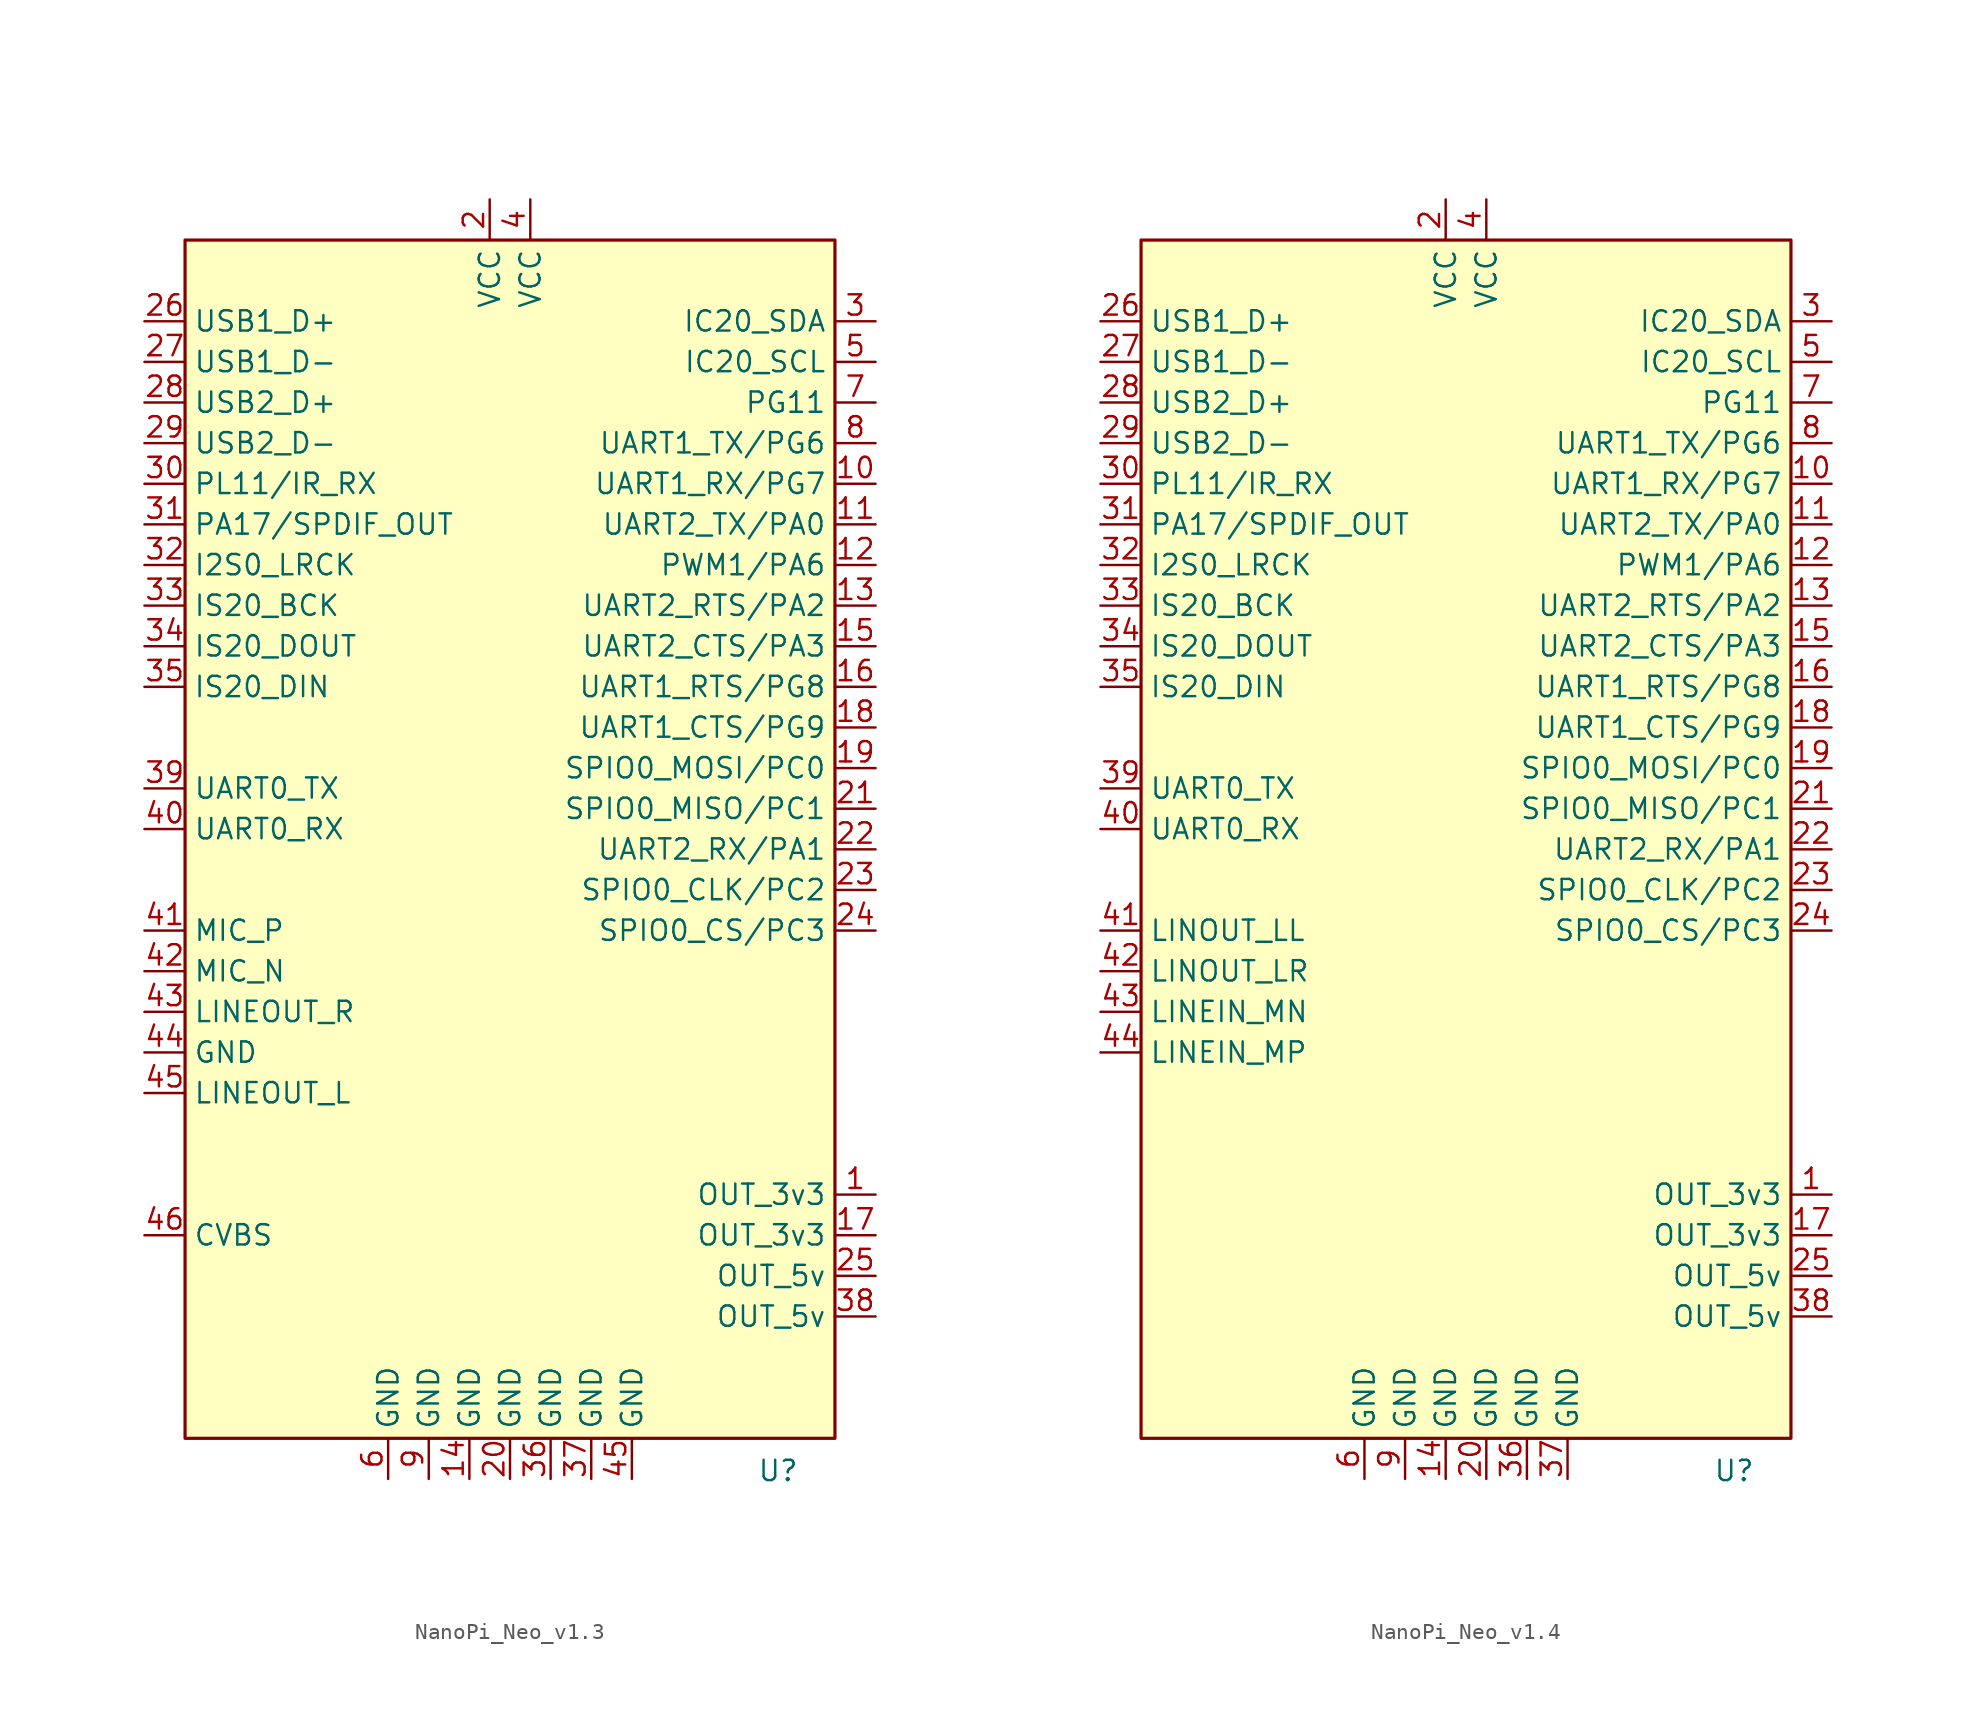
<source format=kicad_sym>
(kicad_symbol_lib
  (version 20231120)
  (generator "kicad_symbol_editor")
  (generator_version "8.0")
  (symbol "NanoPi_Neo_v1.3"
    (property "Reference" "U"
      (at 16.764 -38.862 0)
      (effects (font (size 1.27 1.27))))
    (property "Value" ""
      (at 0 -15.24 0)
      (effects (font (size 1.27 1.27))))
    (symbol "NanoPi_Neo_v1.3_1_1"
      (rectangle (start -20.32 38.1) (end 20.32 -36.83) (stroke (width 0.2) (type default)) (fill (type background)))
      (pin unspecified line (at 22.86 -21.59 180) (length 2.54) (name "OUT_3v3" (effects (font (size 1.27 1.27)))) (number "1" (effects (font (size 1.27 1.27)))))
      (pin unspecified line (at 22.86 22.86 180) (length 2.54) (name "UART1_RX/PG7" (effects (font (size 1.27 1.27)))) (number "10" (effects (font (size 1.27 1.27)))))
      (pin unspecified line (at 22.86 20.32 180) (length 2.54) (name "UART2_TX/PA0" (effects (font (size 1.27 1.27)))) (number "11" (effects (font (size 1.27 1.27)))))
      (pin unspecified line (at 22.86 17.78 180) (length 2.54) (name "PWM1/PA6" (effects (font (size 1.27 1.27)))) (number "12" (effects (font (size 1.27 1.27)))))
      (pin unspecified line (at 22.86 15.24 180) (length 2.54) (name "UART2_RTS/PA2" (effects (font (size 1.27 1.27)))) (number "13" (effects (font (size 1.27 1.27)))))
      (pin unspecified line (at -2.54 -39.37 90) (length 2.54) (name "GND" (effects (font (size 1.27 1.27)))) (number "14" (effects (font (size 1.27 1.27)))))
      (pin unspecified line (at 22.86 12.7 180) (length 2.54) (name "UART2_CTS/PA3" (effects (font (size 1.27 1.27)))) (number "15" (effects (font (size 1.27 1.27)))))
      (pin unspecified line (at 22.86 10.16 180) (length 2.54) (name "UART1_RTS/PG8" (effects (font (size 1.27 1.27)))) (number "16" (effects (font (size 1.27 1.27)))))
      (pin unspecified line (at 22.86 -24.13 180) (length 2.54) (name "OUT_3v3" (effects (font (size 1.27 1.27)))) (number "17" (effects (font (size 1.27 1.27)))))
      (pin unspecified line (at 22.86 7.62 180) (length 2.54) (name "UART1_CTS/PG9" (effects (font (size 1.27 1.27)))) (number "18" (effects (font (size 1.27 1.27)))))
      (pin unspecified line (at 22.86 5.08 180) (length 2.54) (name "SPIO0_MOSI/PC0" (effects (font (size 1.27 1.27)))) (number "19" (effects (font (size 1.27 1.27)))))
      (pin unspecified line (at -1.27 40.64 270) (length 2.54) (name "VCC" (effects (font (size 1.27 1.27)))) (number "2" (effects (font (size 1.27 1.27)))))
      (pin unspecified line (at 0 -39.37 90) (length 2.54) (name "GND" (effects (font (size 1.27 1.27)))) (number "20" (effects (font (size 1.27 1.27)))))
      (pin unspecified line (at 22.86 2.54 180) (length 2.54) (name "SPIO0_MISO/PC1" (effects (font (size 1.27 1.27)))) (number "21" (effects (font (size 1.27 1.27)))))
      (pin unspecified line (at 22.86 0 180) (length 2.54) (name "UART2_RX/PA1" (effects (font (size 1.27 1.27)))) (number "22" (effects (font (size 1.27 1.27)))))
      (pin unspecified line (at 22.86 -2.54 180) (length 2.54) (name "SPIO0_CLK/PC2" (effects (font (size 1.27 1.27)))) (number "23" (effects (font (size 1.27 1.27)))))
      (pin unspecified line (at 22.86 -5.08 180) (length 2.54) (name "SPIO0_CS/PC3" (effects (font (size 1.27 1.27)))) (number "24" (effects (font (size 1.27 1.27)))))
      (pin unspecified line (at 22.86 -26.67 180) (length 2.54) (name "OUT_5v" (effects (font (size 1.27 1.27)))) (number "25" (effects (font (size 1.27 1.27)))))
      (pin unspecified line (at -22.86 33.02 0) (length 2.54) (name "USB1_D+" (effects (font (size 1.27 1.27)))) (number "26" (effects (font (size 1.27 1.27)))))
      (pin unspecified line (at -22.86 30.48 0) (length 2.54) (name "USB1_D-" (effects (font (size 1.27 1.27)))) (number "27" (effects (font (size 1.27 1.27)))))
      (pin unspecified line (at -22.86 27.94 0) (length 2.54) (name "USB2_D+" (effects (font (size 1.27 1.27)))) (number "28" (effects (font (size 1.27 1.27)))))
      (pin unspecified line (at -22.86 25.4 0) (length 2.54) (name "USB2_D-" (effects (font (size 1.27 1.27)))) (number "29" (effects (font (size 1.27 1.27)))))
      (pin unspecified line (at 22.86 33.02 180) (length 2.54) (name "IC20_SDA" (effects (font (size 1.27 1.27)))) (number "3" (effects (font (size 1.27 1.27)))))
      (pin unspecified line (at -22.86 22.86 0) (length 2.54) (name "PL11/IR_RX" (effects (font (size 1.27 1.27)))) (number "30" (effects (font (size 1.27 1.27)))))
      (pin unspecified line (at -22.86 20.32 0) (length 2.54) (name "PA17/SPDIF_OUT" (effects (font (size 1.27 1.27)))) (number "31" (effects (font (size 1.27 1.27)))))
      (pin unspecified line (at -22.86 17.78 0) (length 2.54) (name "I2S0_LRCK" (effects (font (size 1.27 1.27)))) (number "32" (effects (font (size 1.27 1.27)))))
      (pin unspecified line (at -22.86 15.24 0) (length 2.54) (name "IS20_BCK" (effects (font (size 1.27 1.27)))) (number "33" (effects (font (size 1.27 1.27)))))
      (pin unspecified line (at -22.86 12.7 0) (length 2.54) (name "IS20_DOUT" (effects (font (size 1.27 1.27)))) (number "34" (effects (font (size 1.27 1.27)))))
      (pin unspecified line (at -22.86 10.16 0) (length 2.54) (name "IS20_DIN" (effects (font (size 1.27 1.27)))) (number "35" (effects (font (size 1.27 1.27)))))
      (pin unspecified line (at 2.54 -39.37 90) (length 2.54) (name "GND" (effects (font (size 1.27 1.27)))) (number "36" (effects (font (size 1.27 1.27)))))
      (pin unspecified line (at 5.08 -39.37 90) (length 2.54) (name "GND" (effects (font (size 1.27 1.27)))) (number "37" (effects (font (size 1.27 1.27)))))
      (pin unspecified line (at 22.86 -29.21 180) (length 2.54) (name "OUT_5v" (effects (font (size 1.27 1.27)))) (number "38" (effects (font (size 1.27 1.27)))))
      (pin unspecified line (at -22.86 3.81 0) (length 2.54) (name "UART0_TX" (effects (font (size 1.27 1.27)))) (number "39" (effects (font (size 1.27 1.27)))))
      (pin unspecified line (at 1.27 40.64 270) (length 2.54) (name "VCC" (effects (font (size 1.27 1.27)))) (number "4" (effects (font (size 1.27 1.27)))))
      (pin unspecified line (at -22.86 1.27 0) (length 2.54) (name "UART0_RX" (effects (font (size 1.27 1.27)))) (number "40" (effects (font (size 1.27 1.27)))))
      (pin unspecified line (at -22.86 -5.08 0) (length 2.54) (name "MIC_P" (effects (font (size 1.27 1.27)))) (number "41" (effects (font (size 1.27 1.27)))))
      (pin unspecified line (at -22.86 -7.62 0) (length 2.54) (name "MIC_N" (effects (font (size 1.27 1.27)))) (number "42" (effects (font (size 1.27 1.27)))))
      (pin unspecified line (at -22.86 -10.16 0) (length 2.54) (name "LINEOUT_R" (effects (font (size 1.27 1.27)))) (number "43" (effects (font (size 1.27 1.27)))))
      (pin unspecified line (at -22.86 -12.7 0) (length 2.54) (name "GND" (effects (font (size 1.27 1.27)))) (number "44" (effects (font (size 1.27 1.27)))))
      (pin unspecified line (at 7.62 -39.37 90) (length 2.54) (name "GND" (effects (font (size 1.27 1.27)))) (number "45" (effects (font (size 1.27 1.27)))))
      (pin unspecified line (at -22.86 -15.24 0) (length 2.54) (name "LINEOUT_L" (effects (font (size 1.27 1.27)))) (number "45" (effects (font (size 1.27 1.27)))))
      (pin unspecified line (at -22.86 -24.13 0) (length 2.54) (name "CVBS" (effects (font (size 1.27 1.27)))) (number "46" (effects (font (size 1.27 1.27)))))
      (pin unspecified line (at 22.86 30.48 180) (length 2.54) (name "IC20_SCL" (effects (font (size 1.27 1.27)))) (number "5" (effects (font (size 1.27 1.27)))))
      (pin unspecified line (at -7.62 -39.37 90) (length 2.54) (name "GND" (effects (font (size 1.27 1.27)))) (number "6" (effects (font (size 1.27 1.27)))))
      (pin unspecified line (at 22.86 27.94 180) (length 2.54) (name "PG11" (effects (font (size 1.27 1.27)))) (number "7" (effects (font (size 1.27 1.27)))))
      (pin unspecified line (at 22.86 25.4 180) (length 2.54) (name "UART1_TX/PG6" (effects (font (size 1.27 1.27)))) (number "8" (effects (font (size 1.27 1.27)))))
      (pin unspecified line (at -5.08 -39.37 90) (length 2.54) (name "GND" (effects (font (size 1.27 1.27)))) (number "9" (effects (font (size 1.27 1.27)))))))
  (symbol "NanoPi_Neo_v1.4"
    (property "Reference" "U"
      (at 16.764 -38.862 0)
      (effects (font (size 1.27 1.27))))
    (property "Value" ""
      (at 0 -15.24 0)
      (effects (font (size 1.27 1.27))))
    (symbol "NanoPi_Neo_v1.4_1_1"
      (rectangle (start -20.32 38.1) (end 20.32 -36.83) (stroke (width 0.2) (type default)) (fill (type background)))
      (pin unspecified line (at 22.86 -21.59 180) (length 2.54) (name "OUT_3v3" (effects (font (size 1.27 1.27)))) (number "1" (effects (font (size 1.27 1.27)))))
      (pin unspecified line (at 22.86 22.86 180) (length 2.54) (name "UART1_RX/PG7" (effects (font (size 1.27 1.27)))) (number "10" (effects (font (size 1.27 1.27)))))
      (pin unspecified line (at 22.86 20.32 180) (length 2.54) (name "UART2_TX/PA0" (effects (font (size 1.27 1.27)))) (number "11" (effects (font (size 1.27 1.27)))))
      (pin unspecified line (at 22.86 17.78 180) (length 2.54) (name "PWM1/PA6" (effects (font (size 1.27 1.27)))) (number "12" (effects (font (size 1.27 1.27)))))
      (pin unspecified line (at 22.86 15.24 180) (length 2.54) (name "UART2_RTS/PA2" (effects (font (size 1.27 1.27)))) (number "13" (effects (font (size 1.27 1.27)))))
      (pin unspecified line (at -1.27 -39.37 90) (length 2.54) (name "GND" (effects (font (size 1.27 1.27)))) (number "14" (effects (font (size 1.27 1.27)))))
      (pin unspecified line (at 22.86 12.7 180) (length 2.54) (name "UART2_CTS/PA3" (effects (font (size 1.27 1.27)))) (number "15" (effects (font (size 1.27 1.27)))))
      (pin unspecified line (at 22.86 10.16 180) (length 2.54) (name "UART1_RTS/PG8" (effects (font (size 1.27 1.27)))) (number "16" (effects (font (size 1.27 1.27)))))
      (pin unspecified line (at 22.86 -24.13 180) (length 2.54) (name "OUT_3v3" (effects (font (size 1.27 1.27)))) (number "17" (effects (font (size 1.27 1.27)))))
      (pin unspecified line (at 22.86 7.62 180) (length 2.54) (name "UART1_CTS/PG9" (effects (font (size 1.27 1.27)))) (number "18" (effects (font (size 1.27 1.27)))))
      (pin unspecified line (at 22.86 5.08 180) (length 2.54) (name "SPIO0_MOSI/PC0" (effects (font (size 1.27 1.27)))) (number "19" (effects (font (size 1.27 1.27)))))
      (pin unspecified line (at -1.27 40.64 270) (length 2.54) (name "VCC" (effects (font (size 1.27 1.27)))) (number "2" (effects (font (size 1.27 1.27)))))
      (pin unspecified line (at 1.27 -39.37 90) (length 2.54) (name "GND" (effects (font (size 1.27 1.27)))) (number "20" (effects (font (size 1.27 1.27)))))
      (pin unspecified line (at 22.86 2.54 180) (length 2.54) (name "SPIO0_MISO/PC1" (effects (font (size 1.27 1.27)))) (number "21" (effects (font (size 1.27 1.27)))))
      (pin unspecified line (at 22.86 0 180) (length 2.54) (name "UART2_RX/PA1" (effects (font (size 1.27 1.27)))) (number "22" (effects (font (size 1.27 1.27)))))
      (pin unspecified line (at 22.86 -2.54 180) (length 2.54) (name "SPIO0_CLK/PC2" (effects (font (size 1.27 1.27)))) (number "23" (effects (font (size 1.27 1.27)))))
      (pin unspecified line (at 22.86 -5.08 180) (length 2.54) (name "SPIO0_CS/PC3" (effects (font (size 1.27 1.27)))) (number "24" (effects (font (size 1.27 1.27)))))
      (pin unspecified line (at 22.86 -26.67 180) (length 2.54) (name "OUT_5v" (effects (font (size 1.27 1.27)))) (number "25" (effects (font (size 1.27 1.27)))))
      (pin unspecified line (at -22.86 33.02 0) (length 2.54) (name "USB1_D+" (effects (font (size 1.27 1.27)))) (number "26" (effects (font (size 1.27 1.27)))))
      (pin unspecified line (at -22.86 30.48 0) (length 2.54) (name "USB1_D-" (effects (font (size 1.27 1.27)))) (number "27" (effects (font (size 1.27 1.27)))))
      (pin unspecified line (at -22.86 27.94 0) (length 2.54) (name "USB2_D+" (effects (font (size 1.27 1.27)))) (number "28" (effects (font (size 1.27 1.27)))))
      (pin unspecified line (at -22.86 25.4 0) (length 2.54) (name "USB2_D-" (effects (font (size 1.27 1.27)))) (number "29" (effects (font (size 1.27 1.27)))))
      (pin unspecified line (at 22.86 33.02 180) (length 2.54) (name "IC20_SDA" (effects (font (size 1.27 1.27)))) (number "3" (effects (font (size 1.27 1.27)))))
      (pin unspecified line (at -22.86 22.86 0) (length 2.54) (name "PL11/IR_RX" (effects (font (size 1.27 1.27)))) (number "30" (effects (font (size 1.27 1.27)))))
      (pin unspecified line (at -22.86 20.32 0) (length 2.54) (name "PA17/SPDIF_OUT" (effects (font (size 1.27 1.27)))) (number "31" (effects (font (size 1.27 1.27)))))
      (pin unspecified line (at -22.86 17.78 0) (length 2.54) (name "I2S0_LRCK" (effects (font (size 1.27 1.27)))) (number "32" (effects (font (size 1.27 1.27)))))
      (pin unspecified line (at -22.86 15.24 0) (length 2.54) (name "IS20_BCK" (effects (font (size 1.27 1.27)))) (number "33" (effects (font (size 1.27 1.27)))))
      (pin unspecified line (at -22.86 12.7 0) (length 2.54) (name "IS20_DOUT" (effects (font (size 1.27 1.27)))) (number "34" (effects (font (size 1.27 1.27)))))
      (pin unspecified line (at -22.86 10.16 0) (length 2.54) (name "IS20_DIN" (effects (font (size 1.27 1.27)))) (number "35" (effects (font (size 1.27 1.27)))))
      (pin unspecified line (at 3.81 -39.37 90) (length 2.54) (name "GND" (effects (font (size 1.27 1.27)))) (number "36" (effects (font (size 1.27 1.27)))))
      (pin unspecified line (at 6.35 -39.37 90) (length 2.54) (name "GND" (effects (font (size 1.27 1.27)))) (number "37" (effects (font (size 1.27 1.27)))))
      (pin unspecified line (at 22.86 -29.21 180) (length 2.54) (name "OUT_5v" (effects (font (size 1.27 1.27)))) (number "38" (effects (font (size 1.27 1.27)))))
      (pin unspecified line (at -22.86 3.81 0) (length 2.54) (name "UART0_TX" (effects (font (size 1.27 1.27)))) (number "39" (effects (font (size 1.27 1.27)))))
      (pin unspecified line (at 1.27 40.64 270) (length 2.54) (name "VCC" (effects (font (size 1.27 1.27)))) (number "4" (effects (font (size 1.27 1.27)))))
      (pin unspecified line (at -22.86 1.27 0) (length 2.54) (name "UART0_RX" (effects (font (size 1.27 1.27)))) (number "40" (effects (font (size 1.27 1.27)))))
      (pin unspecified line (at -22.86 -5.08 0) (length 2.54) (name "LINOUT_LL" (effects (font (size 1.27 1.27)))) (number "41" (effects (font (size 1.27 1.27)))))
      (pin unspecified line (at -22.86 -7.62 0) (length 2.54) (name "LINOUT_LR" (effects (font (size 1.27 1.27)))) (number "42" (effects (font (size 1.27 1.27)))))
      (pin unspecified line (at -22.86 -10.16 0) (length 2.54) (name "LINEIN_MN" (effects (font (size 1.27 1.27)))) (number "43" (effects (font (size 1.27 1.27)))))
      (pin unspecified line (at -22.86 -12.7 0) (length 2.54) (name "LINEIN_MP" (effects (font (size 1.27 1.27)))) (number "44" (effects (font (size 1.27 1.27)))))
      (pin unspecified line (at 22.86 30.48 180) (length 2.54) (name "IC20_SCL" (effects (font (size 1.27 1.27)))) (number "5" (effects (font (size 1.27 1.27)))))
      (pin unspecified line (at -6.35 -39.37 90) (length 2.54) (name "GND" (effects (font (size 1.27 1.27)))) (number "6" (effects (font (size 1.27 1.27)))))
      (pin unspecified line (at 22.86 27.94 180) (length 2.54) (name "PG11" (effects (font (size 1.27 1.27)))) (number "7" (effects (font (size 1.27 1.27)))))
      (pin unspecified line (at 22.86 25.4 180) (length 2.54) (name "UART1_TX/PG6" (effects (font (size 1.27 1.27)))) (number "8" (effects (font (size 1.27 1.27)))))
      (pin unspecified line (at -3.81 -39.37 90) (length 2.54) (name "GND" (effects (font (size 1.27 1.27)))) (number "9" (effects (font (size 1.27 1.27))))))))
</source>
